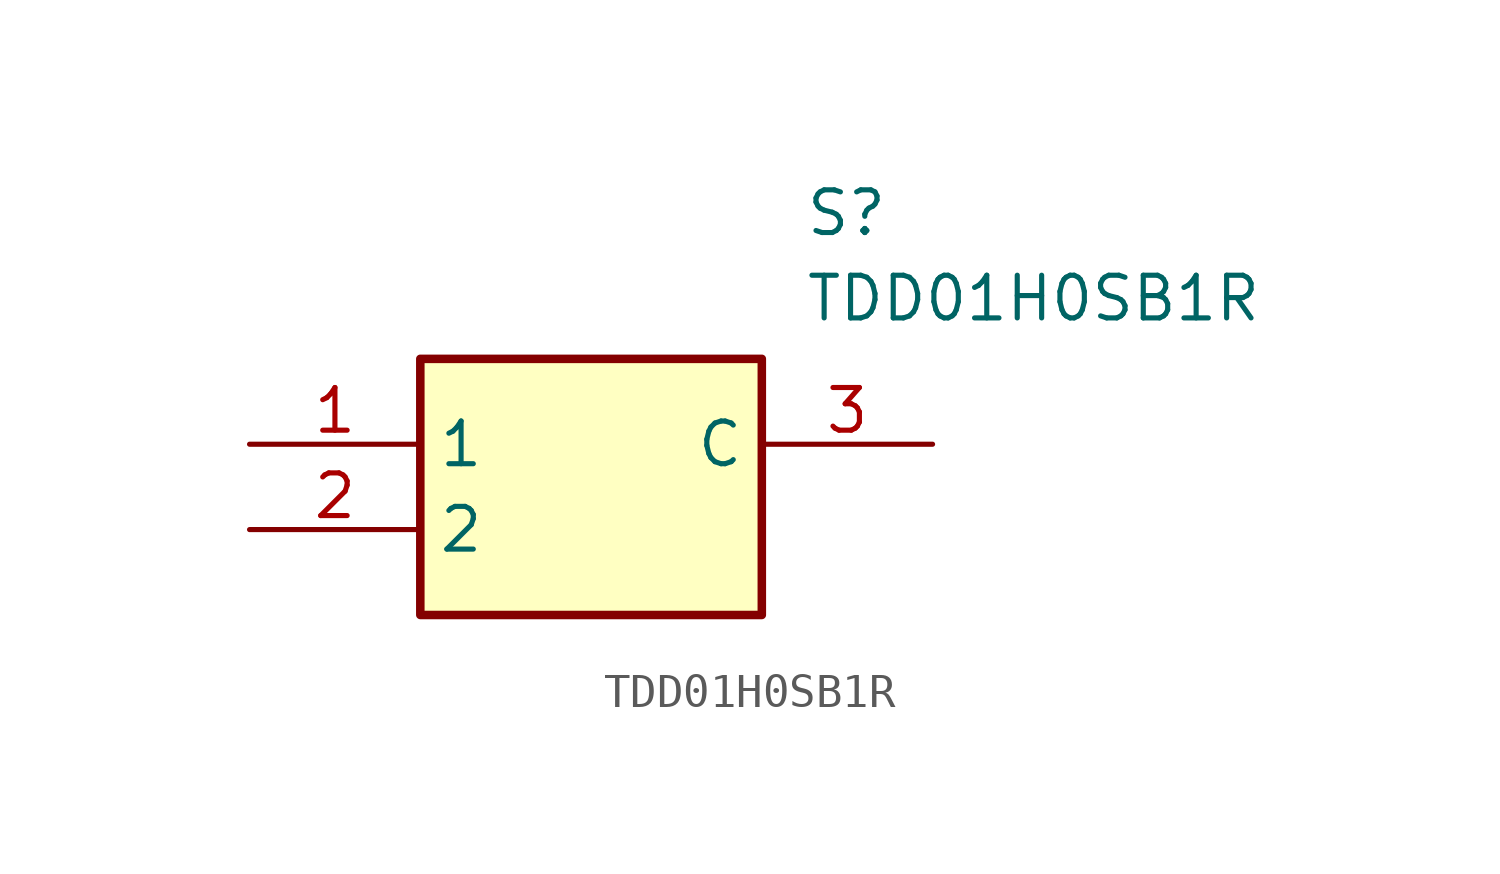
<source format=kicad_sym>
(kicad_symbol_lib
  (version 20211014)
  (generator SamacSys_ECAD_Model)
  (symbol "TDD01H0SB1R"
    (property "Reference" "S"
      (at 16.51 7.62 0)
      (effects (font (size 1.27 1.27)) (justify left top)))
    (property "Value" "TDD01H0SB1R"
      (at 16.51 5.08 0)
      (effects (font (size 1.27 1.27)) (justify left top)))
    (rectangle
      (start 5.08 2.54)
      (end 15.24 -5.08)
      (stroke (width 0.254) (type default))
      (fill (type background)))
    (pin passive line
      (at 0 0 0)
      (length 5.08)
      (name "1" (effects (font (size 1.27 1.27))))
      (number "1" (effects (font (size 1.27 1.27)))))
    (pin passive line
      (at 0 -2.54 0)
      (length 5.08)
      (name "2" (effects (font (size 1.27 1.27))))
      (number "2" (effects (font (size 1.27 1.27)))))
    (pin passive line
      (at 20.32 0 180)
      (length 5.08)
      (name "C" (effects (font (size 1.27 1.27))))
      (number "3" (effects (font (size 1.27 1.27)))))))
</source>
